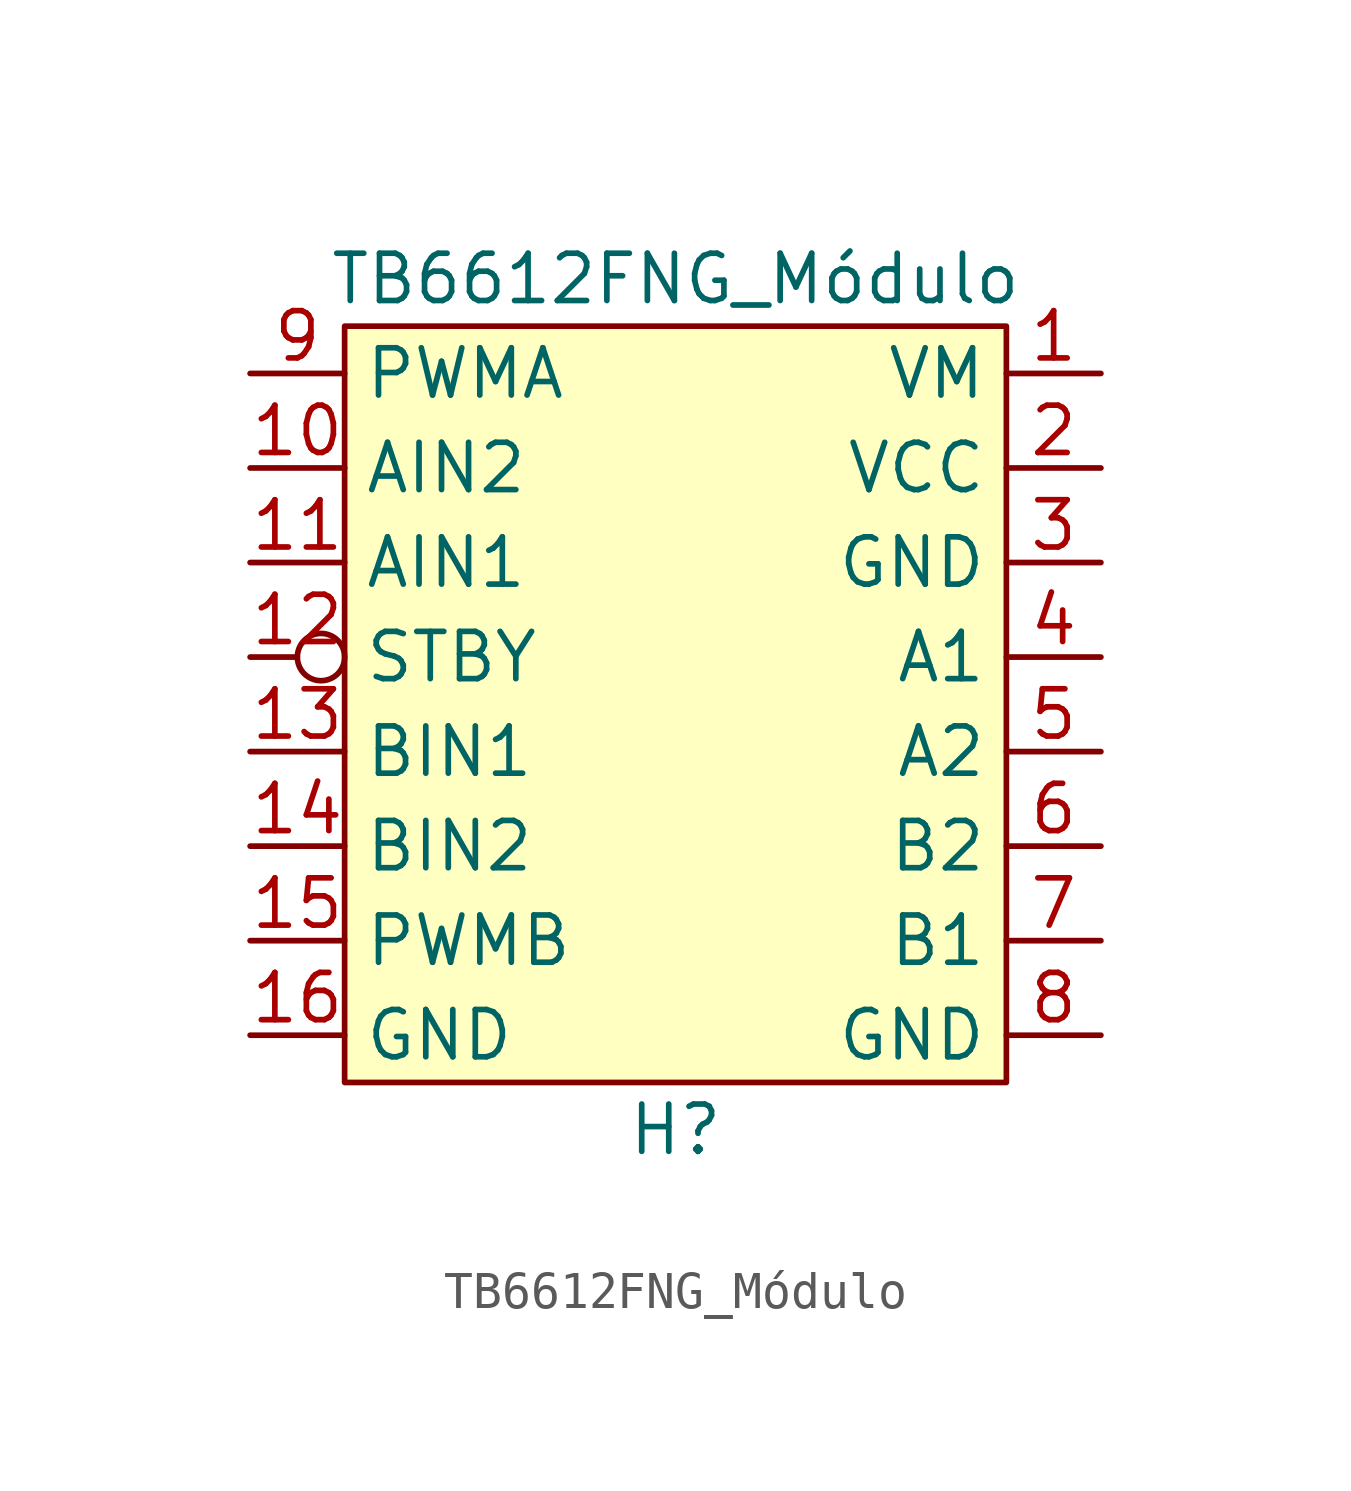
<source format=kicad_sym>
(kicad_symbol_lib
  (version 20211014)
  (generator kicad_symbol_editor)
  (symbol "TB6612FNG_Módulo"
    (property "Reference" "H"
      (at 0 -13.97 0)
      (effects (font (size 1.27 1.27))))
    (property "Value" "TB6612FNG_Módulo"
      (at 0 8.89 0)
      (effects (font (size 1.27 1.27))))
    (symbol "TB6612FNG_Módulo_0_1"
      (rectangle (start -8.89 7.62) (end 8.89 -12.7) (stroke (width 0) (type default) (color 0 0 0 0)) (fill (type background))))
    (symbol "TB6612FNG_Módulo_1_1"
      (pin power_in line (at 11.43 6.35 180) (length 2.54) (name "VM" (effects (font (size 1.27 1.27)))) (number "1" (effects (font (size 1.27 1.27)))))
      (pin input line (at -11.43 3.81 0) (length 2.54) (name "AIN2" (effects (font (size 1.27 1.27)))) (number "10" (effects (font (size 1.27 1.27)))))
      (pin input line (at -11.43 1.27 0) (length 2.54) (name "AIN1" (effects (font (size 1.27 1.27)))) (number "11" (effects (font (size 1.27 1.27)))))
      (pin input inverted (at -11.43 -1.27 0) (length 2.54) (name "STBY" (effects (font (size 1.27 1.27)))) (number "12" (effects (font (size 1.27 1.27)))))
      (pin input line (at -11.43 -3.81 0) (length 2.54) (name "BIN1" (effects (font (size 1.27 1.27)))) (number "13" (effects (font (size 1.27 1.27)))))
      (pin input line (at -11.43 -6.35 0) (length 2.54) (name "BIN2" (effects (font (size 1.27 1.27)))) (number "14" (effects (font (size 1.27 1.27)))))
      (pin input line (at -11.43 -8.89 0) (length 2.54) (name "PWMB" (effects (font (size 1.27 1.27)))) (number "15" (effects (font (size 1.27 1.27)))))
      (pin passive line (at -11.43 -11.43 0) (length 2.54) (name "GND" (effects (font (size 1.27 1.27)))) (number "16" (effects (font (size 1.27 1.27)))))
      (pin power_in line (at 11.43 3.81 180) (length 2.54) (name "VCC" (effects (font (size 1.27 1.27)))) (number "2" (effects (font (size 1.27 1.27)))))
      (pin passive line (at 11.43 1.27 180) (length 2.54) (name "GND" (effects (font (size 1.27 1.27)))) (number "3" (effects (font (size 1.27 1.27)))))
      (pin power_out line (at 11.43 -1.27 180) (length 2.54) (name "A1" (effects (font (size 1.27 1.27)))) (number "4" (effects (font (size 1.27 1.27)))))
      (pin power_out line (at 11.43 -3.81 180) (length 2.54) (name "A2" (effects (font (size 1.27 1.27)))) (number "5" (effects (font (size 1.27 1.27)))))
      (pin power_out line (at 11.43 -6.35 180) (length 2.54) (name "B2" (effects (font (size 1.27 1.27)))) (number "6" (effects (font (size 1.27 1.27)))))
      (pin power_out line (at 11.43 -8.89 180) (length 2.54) (name "B1" (effects (font (size 1.27 1.27)))) (number "7" (effects (font (size 1.27 1.27)))))
      (pin passive line (at 11.43 -11.43 180) (length 2.54) (name "GND" (effects (font (size 1.27 1.27)))) (number "8" (effects (font (size 1.27 1.27)))))
      (pin input line (at -11.43 6.35 0) (length 2.54) (name "PWMA" (effects (font (size 1.27 1.27)))) (number "9" (effects (font (size 1.27 1.27))))))))
</source>
